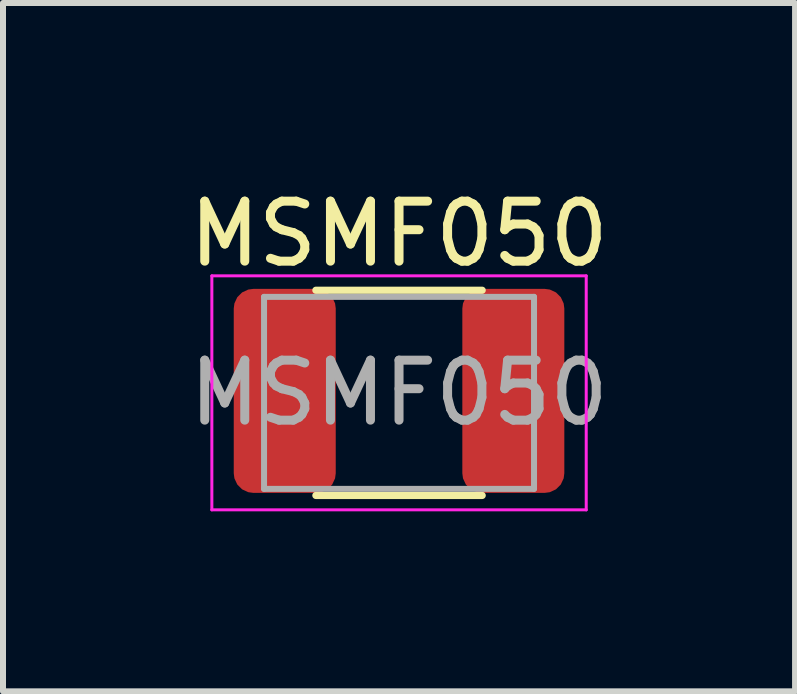
<source format=kicad_pcb>
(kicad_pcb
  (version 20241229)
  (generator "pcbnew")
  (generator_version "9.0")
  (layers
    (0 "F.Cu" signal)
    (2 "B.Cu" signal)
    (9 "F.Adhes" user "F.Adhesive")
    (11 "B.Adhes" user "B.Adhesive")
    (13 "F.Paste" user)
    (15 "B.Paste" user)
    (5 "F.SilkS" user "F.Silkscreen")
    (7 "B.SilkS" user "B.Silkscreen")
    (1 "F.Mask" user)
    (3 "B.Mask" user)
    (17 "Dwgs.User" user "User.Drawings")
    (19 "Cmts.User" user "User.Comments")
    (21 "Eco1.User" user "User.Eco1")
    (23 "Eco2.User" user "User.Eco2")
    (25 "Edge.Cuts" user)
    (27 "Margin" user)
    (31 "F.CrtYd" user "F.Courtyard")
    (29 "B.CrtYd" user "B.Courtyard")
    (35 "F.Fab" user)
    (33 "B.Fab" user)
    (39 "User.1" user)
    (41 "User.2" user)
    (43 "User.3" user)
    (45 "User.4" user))
  (footprint "MSMF050"
    (layer "F.Cu")
    (at 3.601 3.498)
    (property "Reference" "MSMF050" (at 0 -2.65 0) (layer "F.SilkS") (effects (font (size 1 1) (thickness 0.15))))
    (attr smd)
    (fp_line (start -1.386 -1.71) (end 1.386 -1.71) (stroke (width 0.12) (type solid)) (layer "F.SilkS"))
    (fp_line (start -1.386 1.71) (end 1.386 1.71) (stroke (width 0.12) (type solid)) (layer "F.SilkS"))
    (fp_line (start -3.12 -1.95) (end 3.12 -1.95) (stroke (width 0.05) (type solid)) (layer "F.CrtYd"))
    (fp_line (start -3.12 1.95) (end -3.12 -1.95) (stroke (width 0.05) (type solid)) (layer "F.CrtYd"))
    (fp_line (start 3.12 -1.95) (end 3.12 1.95) (stroke (width 0.05) (type solid)) (layer "F.CrtYd"))
    (fp_line (start 3.12 1.95) (end -3.12 1.95) (stroke (width 0.05) (type solid)) (layer "F.CrtYd"))
    (fp_line (start -2.25 -1.6) (end 2.25 -1.6) (stroke (width 0.1) (type solid)) (layer "F.Fab"))
    (fp_line (start -2.25 1.6) (end -2.25 -1.6) (stroke (width 0.1) (type solid)) (layer "F.Fab"))
    (fp_line (start 2.25 -1.6) (end 2.25 1.6) (stroke (width 0.1) (type solid)) (layer "F.Fab"))
    (fp_line (start 2.25 1.6) (end -2.25 1.6) (stroke (width 0.1) (type solid)) (layer "F.Fab"))
    (fp_text user "${REFERENCE}" (at 0 0 0) (layer "F.Fab") (effects (font (size 1 1) (thickness 0.15))))
    (pad "1" smd roundrect (at -1.905 -0.033) (size 1.7 3.4) (layers "F.Cu" "F.Mask" "F.Paste") (roundrect_rratio 0.192))
    (pad "2" smd roundrect (at 1.905 -0.033) (size 1.7 3.4) (layers "F.Cu" "F.Mask" "F.Paste") (roundrect_rratio 0.192)))
  (gr_rect
    (start -3 -3)
    (end 10.202 8.473)
    (stroke (width 0.1) (type default))
    (fill no)
    (layer "Edge.Cuts")))
</source>
